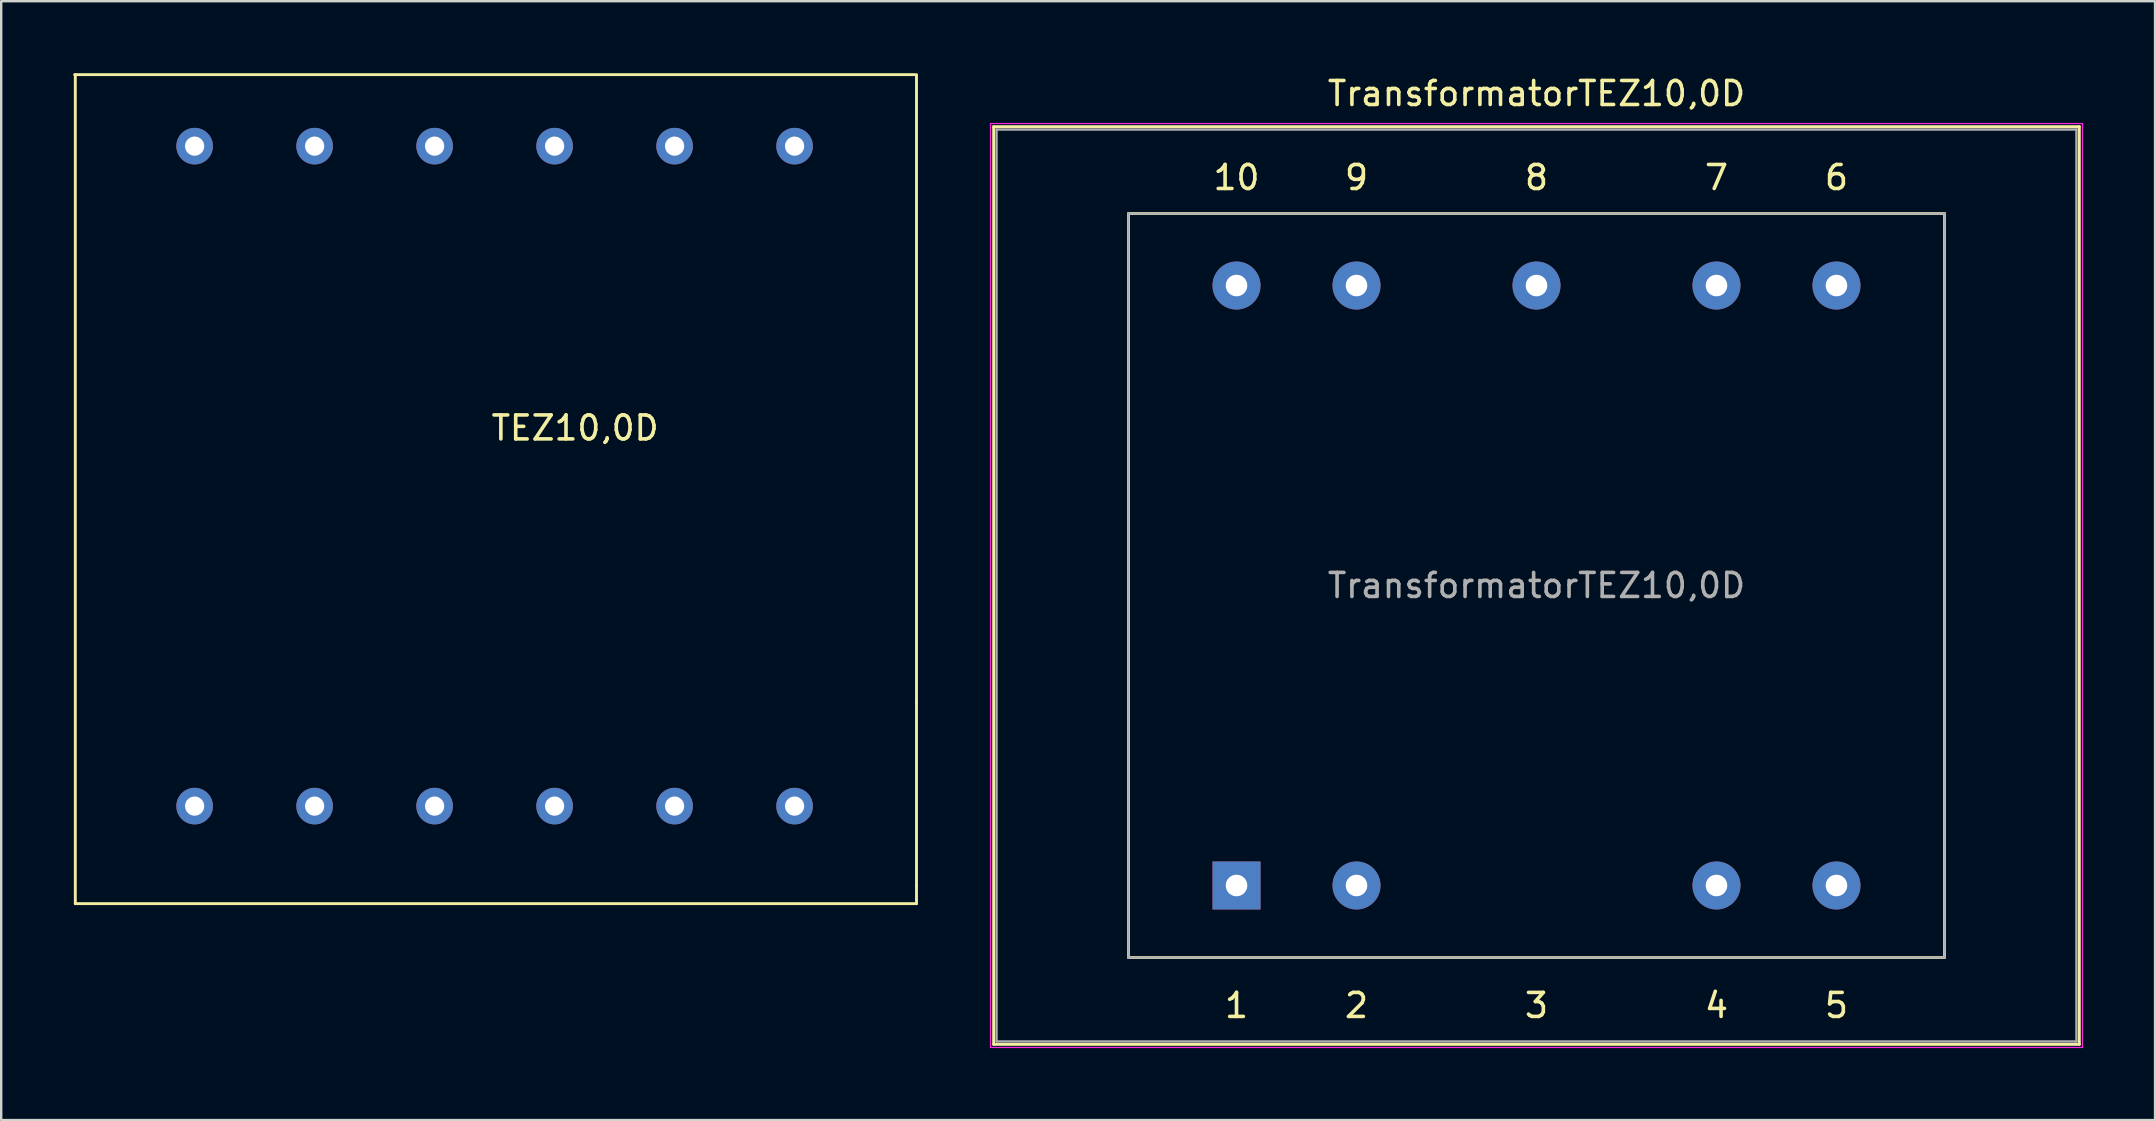
<source format=kicad_pcb>
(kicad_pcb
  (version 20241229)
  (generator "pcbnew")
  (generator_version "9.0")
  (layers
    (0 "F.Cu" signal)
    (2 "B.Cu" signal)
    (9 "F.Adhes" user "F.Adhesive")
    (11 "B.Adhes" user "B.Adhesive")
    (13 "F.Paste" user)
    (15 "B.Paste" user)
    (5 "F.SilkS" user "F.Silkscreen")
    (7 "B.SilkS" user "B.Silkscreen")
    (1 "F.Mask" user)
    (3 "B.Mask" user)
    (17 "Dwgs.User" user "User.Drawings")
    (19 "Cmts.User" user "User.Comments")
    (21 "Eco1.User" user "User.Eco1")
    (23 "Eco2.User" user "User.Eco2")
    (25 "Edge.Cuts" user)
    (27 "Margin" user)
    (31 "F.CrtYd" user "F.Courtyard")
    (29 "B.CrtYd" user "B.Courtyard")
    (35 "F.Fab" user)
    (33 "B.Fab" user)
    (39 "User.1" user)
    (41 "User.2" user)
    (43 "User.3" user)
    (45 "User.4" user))
  (footprint "TransformatorTEZ10,0D"
    (layer "F.Cu")
    (at 48.475 33.848)
    (property "Reference" "TransformatorTEZ10,0D" (at 12.5 -33 0) (layer "F.SilkS") (effects (font (size 1 1) (thickness 0.15))))
    (attr through_hole)
    (fp_line (start -10.12 -31.62) (end -10.12 6.62) (stroke (width 0.12) (type solid)) (layer "F.SilkS"))
    (fp_line (start -10.12 -31.62) (end 35.12 -31.62) (stroke (width 0.12) (type solid)) (layer "F.SilkS"))
    (fp_line (start -4.5 -28) (end 29.5 -28) (stroke (width 0.12) (type solid)) (layer "F.SilkS"))
    (fp_line (start -4.5 3) (end -4.5 -28) (stroke (width 0.12) (type solid)) (layer "F.SilkS"))
    (fp_line (start 29.5 -28) (end 29.5 3) (stroke (width 0.12) (type solid)) (layer "F.SilkS"))
    (fp_line (start 29.5 3) (end -4.5 3) (stroke (width 0.12) (type solid)) (layer "F.SilkS"))
    (fp_line (start 35.12 6.62) (end -10.12 6.62) (stroke (width 0.12) (type solid)) (layer "F.SilkS"))
    (fp_line (start 35.12 6.62) (end 35.12 -31.62) (stroke (width 0.12) (type solid)) (layer "F.SilkS"))
    (fp_line (start -10.25 -31.75) (end -10.25 6.75) (stroke (width 0.05) (type solid)) (layer "F.CrtYd"))
    (fp_line (start -10.25 -31.75) (end 35.25 -31.75) (stroke (width 0.05) (type solid)) (layer "F.CrtYd"))
    (fp_line (start 35.25 6.75) (end -10.25 6.75) (stroke (width 0.05) (type solid)) (layer "F.CrtYd"))
    (fp_line (start 35.25 6.75) (end 35.25 -31.75) (stroke (width 0.05) (type solid)) (layer "F.CrtYd"))
    (fp_line (start -10 -31.5) (end 35 -31.5) (stroke (width 0.1) (type solid)) (layer "F.Fab"))
    (fp_line (start -10 6.5) (end -10 -31.5) (stroke (width 0.1) (type solid)) (layer "F.Fab"))
    (fp_line (start -4.5 -28) (end 29.5 -28) (stroke (width 0.1) (type solid)) (layer "F.Fab"))
    (fp_line (start -4.5 3) (end -4.5 -28) (stroke (width 0.1) (type solid)) (layer "F.Fab"))
    (fp_line (start 29.5 -28) (end 29.5 3) (stroke (width 0.1) (type solid)) (layer "F.Fab"))
    (fp_line (start 29.5 3) (end -4.5 3) (stroke (width 0.1) (type solid)) (layer "F.Fab"))
    (fp_line (start 35 -31.5) (end 35 6.5) (stroke (width 0.1) (type solid)) (layer "F.Fab"))
    (fp_line (start 35 6.5) (end -10 6.5) (stroke (width 0.1) (type solid)) (layer "F.Fab"))
    (fp_text user "8" (at 12.5 -29.5 0) (layer "F.SilkS") (effects (font (size 1 1) (thickness 0.15))))
    (fp_text user "4" (at 20 5 0) (layer "F.SilkS") (effects (font (size 1 1) (thickness 0.15))))
    (fp_text user "5" (at 25 5 0) (layer "F.SilkS") (effects (font (size 1 1) (thickness 0.15))))
    (fp_text user "6" (at 25 -29.5 0) (layer "F.SilkS") (effects (font (size 1 1) (thickness 0.15))))
    (fp_text user "10" (at 0 -29.5 0) (layer "F.SilkS") (effects (font (size 1 1) (thickness 0.15))))
    (fp_text user "1" (at 0 5 0) (layer "F.SilkS") (effects (font (size 1 1) (thickness 0.15))))
    (fp_text user "2" (at 5 5 0) (layer "F.SilkS") (effects (font (size 1 1) (thickness 0.15))))
    (fp_text user "9" (at 5 -29.5 0) (layer "F.SilkS") (effects (font (size 1 1) (thickness 0.15))))
    (fp_text user "7" (at 20 -29.5 0) (layer "F.SilkS") (effects (font (size 1 1) (thickness 0.15))))
    (fp_text user "3" (at 12.5 5 0) (layer "F.SilkS") (effects (font (size 1 1) (thickness 0.15))))
    (fp_text user "${REFERENCE}" (at 12.5 -12.5 0) (layer "F.Fab") (effects (font (size 1 1) (thickness 0.15))))
    (pad "" thru_hole circle (at 5 0) (size 2 2) (drill 0.9) (layers "*.Cu" "*.Mask"))
    (pad "" thru_hole circle (at 20 0) (size 2 2) (drill 0.9) (layers "*.Cu" "*.Mask"))
    (pad "1" thru_hole rect (at 0 0) (size 2 2) (drill 0.9) (layers "*.Cu" "*.Mask"))
    (pad "2" thru_hole circle (at 25 0) (size 2 2) (drill 0.9) (layers "*.Cu" "*.Mask"))
    (pad "3" thru_hole circle (at 25 -25) (size 2 2) (drill 0.9) (layers "*.Cu" "*.Mask"))
    (pad "4" thru_hole circle (at 20 -25) (size 2 2) (drill 0.9) (layers "*.Cu" "*.Mask"))
    (pad "5" thru_hole circle (at 5 -25) (size 2 2) (drill 0.9) (layers "*.Cu" "*.Mask"))
    (pad "6" thru_hole circle (at 0 -25) (size 2 2) (drill 0.9) (layers "*.Cu" "*.Mask"))
    (pad "8" thru_hole circle (at 12.5 -25) (size 2 2) (drill 0.9) (layers "*.Cu" "*.Mask")))
  (footprint "TEZ10,0D"
    (layer "F.Cu")
    (at 30.06 30.54)
    (property "Reference" "TEZ10,0D" (at -9.144 -15.756 0) (layer "F.SilkS") (effects (font (size 1 1) (thickness 0.15))))
    (attr through_hole)
    (fp_line (start -29.972 -30.48) (end -29.972 4.064) (stroke (width 0.12) (type solid)) (layer "F.SilkS"))
    (fp_line (start 5 -30.48) (end -30 -30.48) (stroke (width 0.12) (type solid)) (layer "F.SilkS"))
    (fp_line (start 5.08 -30.48) (end 5.08 -4.318) (stroke (width 0.12) (type solid)) (layer "F.SilkS"))
    (fp_line (start 5.08 -4.318) (end 5.08 3.302) (stroke (width 0.12) (type solid)) (layer "F.SilkS"))
    (fp_line (start 5.08 3.302) (end 5.08 4.064) (stroke (width 0.12) (type solid)) (layer "F.SilkS"))
    (fp_line (start 5.08 4.064) (end -29.972 4.064) (stroke (width 0.12) (type solid)) (layer "F.SilkS"))
    (pad "-" thru_hole circle (at -20 -27.5) (size 1.524 1.524) (drill 0.8) (layers "*.Cu" "*.Mask"))
    (pad "-" thru_hole circle (at -15 -27.5) (size 1.524 1.524) (drill 0.8) (layers "*.Cu" "*.Mask"))
    (pad "-" thru_hole circle (at -10 -27.5) (size 1.524 1.524) (drill 0.8) (layers "*.Cu" "*.Mask"))
    (pad "-" thru_hole circle (at -5 -27.5) (size 1.524 1.524) (drill 0.8) (layers "*.Cu" "*.Mask"))
    (pad "1" thru_hole circle (at -25 -27.5) (size 1.524 1.524) (drill 0.8) (layers "*.Cu" "*.Mask"))
    (pad "2" thru_hole circle (at 0 -27.5) (size 1.524 1.524) (drill 0.8) (layers "*.Cu" "*.Mask"))
    (pad "3" thru_hole circle (at 0 0) (size 1.524 1.524) (drill 0.8) (layers "*.Cu" "*.Mask"))
    (pad "4" thru_hole circle (at -5 0) (size 1.524 1.524) (drill 0.8) (layers "*.Cu" "*.Mask"))
    (pad "5" thru_hole circle (at -20 0) (size 1.524 1.524) (drill 0.8) (layers "*.Cu" "*.Mask"))
    (pad "6" thru_hole circle (at -25 0) (size 1.524 1.524) (drill 0.8) (layers "*.Cu" "*.Mask"))
    (pad "9" thru_hole circle (at -10 0) (size 1.524 1.524) (drill 0.8) (layers "*.Cu" "*.Mask"))
    (pad "10" thru_hole circle (at -15 0) (size 1.524 1.524) (drill 0.8) (layers "*.Cu" "*.Mask")))
  (gr_rect
    (start -3 -3)
    (end 86.75 43.623)
    (stroke (width 0.1) (type default))
    (fill no)
    (layer "Edge.Cuts")))
</source>
